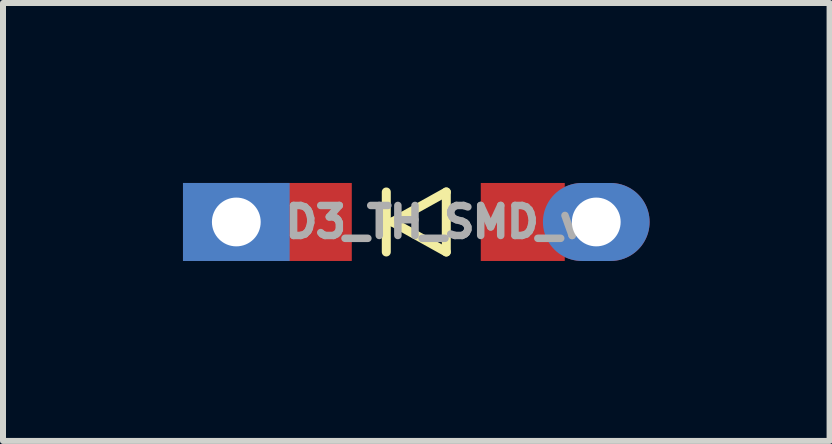
<source format=kicad_pcb>
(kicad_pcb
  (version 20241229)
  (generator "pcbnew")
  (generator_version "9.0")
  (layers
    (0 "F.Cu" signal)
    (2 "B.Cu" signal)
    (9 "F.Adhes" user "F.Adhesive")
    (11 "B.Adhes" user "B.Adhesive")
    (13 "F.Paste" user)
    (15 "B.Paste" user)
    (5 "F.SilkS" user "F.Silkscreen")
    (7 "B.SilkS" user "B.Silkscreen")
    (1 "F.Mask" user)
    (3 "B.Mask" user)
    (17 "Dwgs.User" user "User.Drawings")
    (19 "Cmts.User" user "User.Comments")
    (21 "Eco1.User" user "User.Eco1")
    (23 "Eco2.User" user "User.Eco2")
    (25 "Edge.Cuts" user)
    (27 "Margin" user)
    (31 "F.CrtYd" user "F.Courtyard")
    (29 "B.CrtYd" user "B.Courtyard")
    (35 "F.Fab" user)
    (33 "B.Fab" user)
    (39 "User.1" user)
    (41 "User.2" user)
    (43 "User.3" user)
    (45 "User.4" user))
  (footprint "D3_TH_SMD_v2"
    (layer "F.Cu")
    (at 3.889 0.65)
    (property "Reference" "D3_TH_SMD_v2" (at 0.55 0 180) (layer "F.Fab") (effects (font (size 0.5 0.5) (thickness 0.125))))
    (attr through_hole)
    (fp_line (start -0.5 0.5) (end -0.5 -0.5) (stroke (width 0.15) (type solid)) (layer "F.SilkS"))
    (fp_line (start -0.4 0) (end 0.5 0.5) (stroke (width 0.15) (type solid)) (layer "F.SilkS"))
    (fp_line (start 0.5 -0.5) (end -0.4 0) (stroke (width 0.15) (type solid)) (layer "F.SilkS"))
    (fp_line (start 0.5 0.5) (end 0.5 -0.5) (stroke (width 0.15) (type solid)) (layer "F.SilkS"))
    (pad "1" thru_hole rect (at -3 0) (size 1.778 1.3) (drill 0.813) (layers "*.Cu" "B.Mask"))
    (pad "1" smd rect (at -1.775 0 180) (size 1.4 1.3) (layers "F.Cu" "F.Mask" "F.Paste"))
    (pad "2" smd rect (at 1.775 0 180) (size 1.4 1.3) (layers "F.Cu" "F.Mask" "F.Paste"))
    (pad "2" thru_hole oval (at 3 0) (size 1.778 1.3) (drill 0.813) (layers "*.Cu" "B.Mask")))
  (gr_rect
    (start -3 -3)
    (end 10.778 4.3)
    (stroke (width 0.1) (type default))
    (fill no)
    (layer "Edge.Cuts")))
</source>
